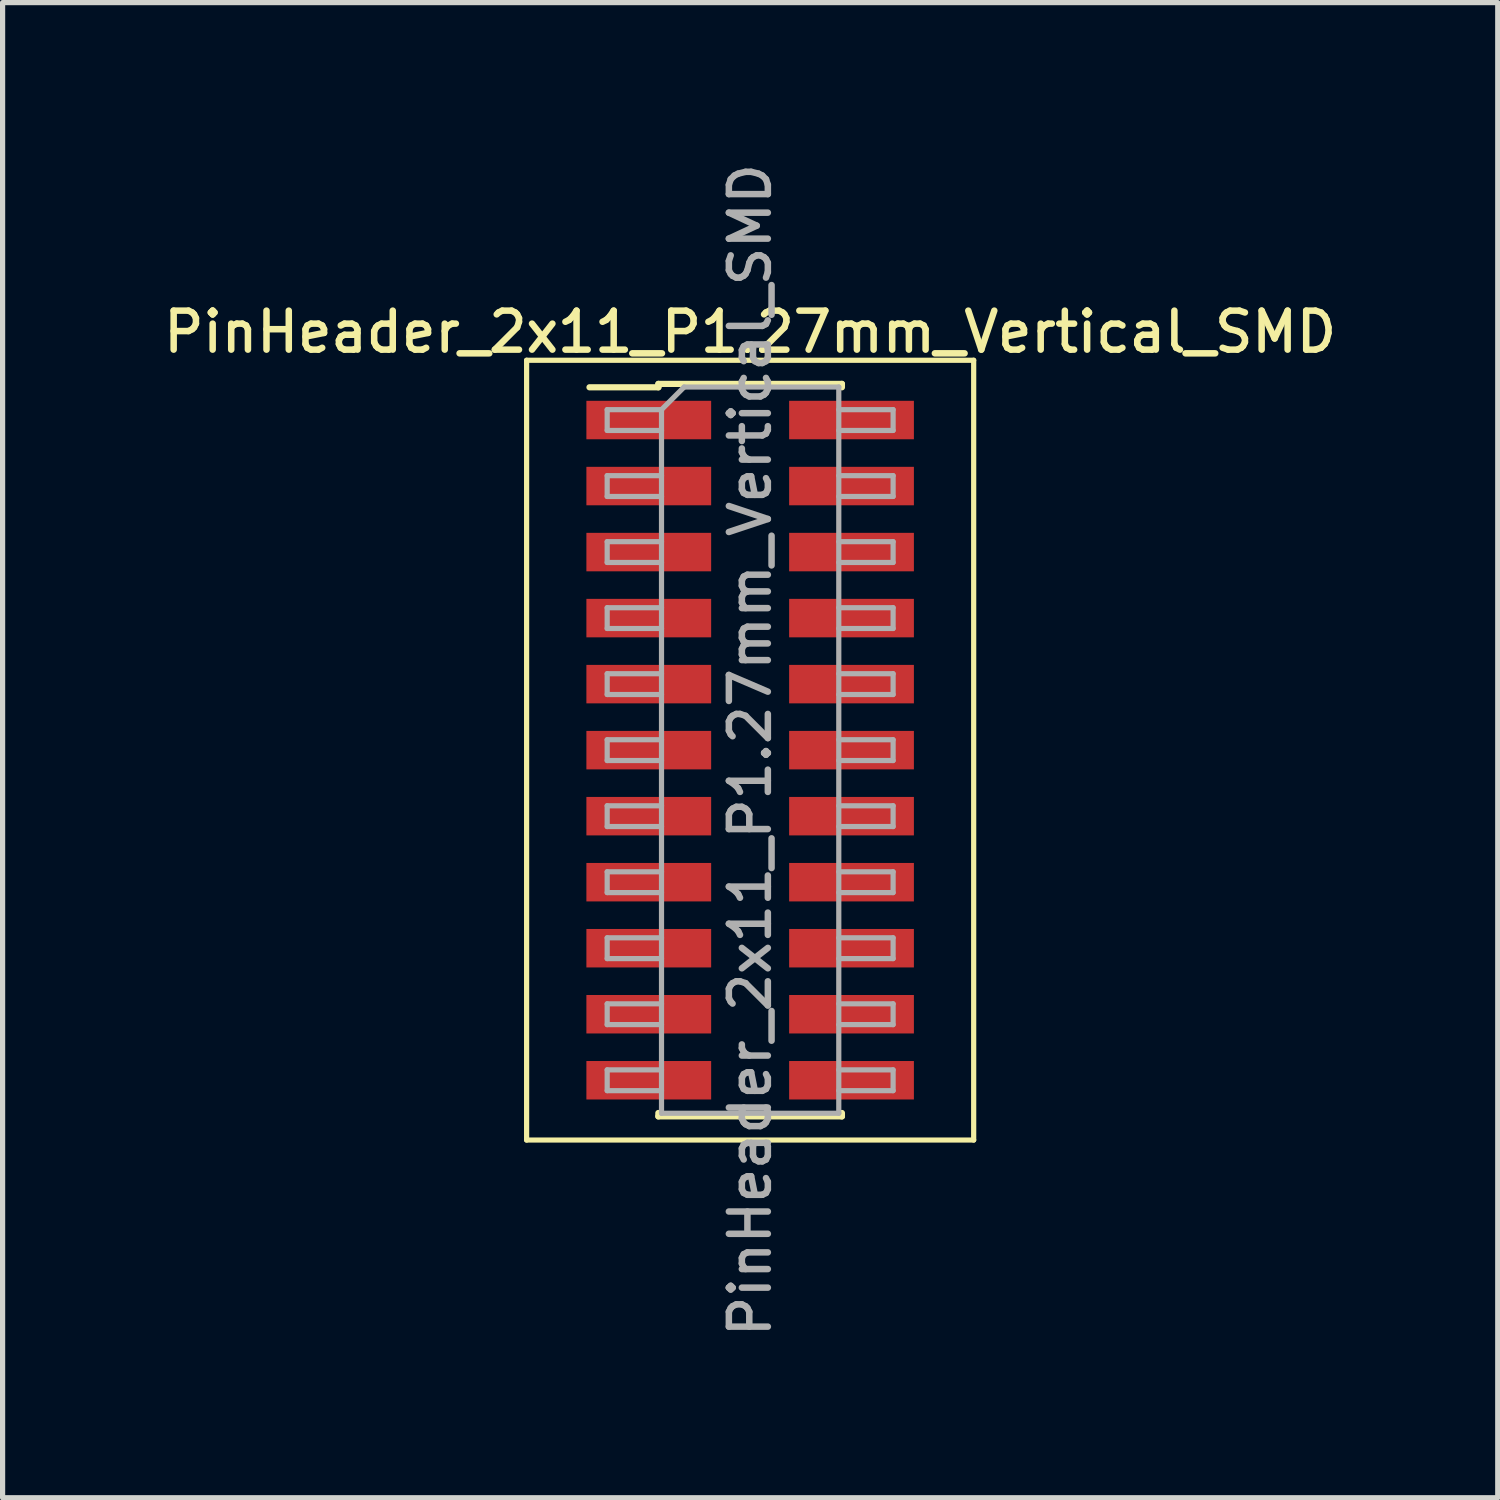
<source format=kicad_pcb>
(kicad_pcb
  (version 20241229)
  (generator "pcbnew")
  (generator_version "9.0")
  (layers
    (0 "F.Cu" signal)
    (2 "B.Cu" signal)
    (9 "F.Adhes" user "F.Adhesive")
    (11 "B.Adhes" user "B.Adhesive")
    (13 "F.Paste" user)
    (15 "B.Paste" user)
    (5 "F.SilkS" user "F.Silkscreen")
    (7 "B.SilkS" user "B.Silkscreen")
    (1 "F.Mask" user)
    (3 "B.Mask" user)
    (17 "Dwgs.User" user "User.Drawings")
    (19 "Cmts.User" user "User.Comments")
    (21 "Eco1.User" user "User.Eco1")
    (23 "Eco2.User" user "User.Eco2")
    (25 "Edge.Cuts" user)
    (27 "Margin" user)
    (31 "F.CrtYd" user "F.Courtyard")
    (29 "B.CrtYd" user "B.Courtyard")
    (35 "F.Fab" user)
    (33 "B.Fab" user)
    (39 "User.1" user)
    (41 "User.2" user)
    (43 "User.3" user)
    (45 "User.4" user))
  (footprint "PinHeader_2x11_P1.27mm_Vertical_SMD"
    (layer "F.Cu")
    (at 11.38 11.38)
    (property "Reference" "PinHeader_2x11_P1.27mm_Vertical_SMD" (at 0 -8.045 0) (layer "F.SilkS") (effects (font (size 0.75 0.75) (thickness 0.125))))
    (attr smd)
    (fp_line (start -4.3 -7.5) (end -4.3 7.5) (stroke (width 0.1) (type solid)) (layer "F.SilkS"))
    (fp_line (start -4.3 7.5) (end 4.3 7.5) (stroke (width 0.1) (type solid)) (layer "F.SilkS"))
    (fp_line (start -3.09 -6.98) (end -1.765 -6.98) (stroke (width 0.12) (type solid)) (layer "F.SilkS"))
    (fp_line (start -1.765 -7.045) (end -1.765 -6.98) (stroke (width 0.12) (type solid)) (layer "F.SilkS"))
    (fp_line (start -1.765 -7.045) (end 1.765 -7.045) (stroke (width 0.12) (type solid)) (layer "F.SilkS"))
    (fp_line (start -1.765 6.98) (end -1.765 7.045) (stroke (width 0.12) (type solid)) (layer "F.SilkS"))
    (fp_line (start -1.765 7.045) (end 1.765 7.045) (stroke (width 0.12) (type solid)) (layer "F.SilkS"))
    (fp_line (start 1.765 -7.045) (end 1.765 -6.98) (stroke (width 0.12) (type solid)) (layer "F.SilkS"))
    (fp_line (start 1.765 6.98) (end 1.765 7.045) (stroke (width 0.12) (type solid)) (layer "F.SilkS"))
    (fp_line (start 4.3 -7.5) (end -4.3 -7.5) (stroke (width 0.1) (type solid)) (layer "F.SilkS"))
    (fp_line (start 4.3 7.5) (end 4.3 -7.5) (stroke (width 0.1) (type solid)) (layer "F.SilkS"))
    (fp_line (start -2.75 -6.55) (end -2.75 -6.15) (stroke (width 0.1) (type solid)) (layer "F.Fab"))
    (fp_line (start -2.75 -6.15) (end -1.705 -6.15) (stroke (width 0.1) (type solid)) (layer "F.Fab"))
    (fp_line (start -2.75 -5.28) (end -2.75 -4.88) (stroke (width 0.1) (type solid)) (layer "F.Fab"))
    (fp_line (start -2.75 -4.88) (end -1.705 -4.88) (stroke (width 0.1) (type solid)) (layer "F.Fab"))
    (fp_line (start -2.75 -4.01) (end -2.75 -3.61) (stroke (width 0.1) (type solid)) (layer "F.Fab"))
    (fp_line (start -2.75 -3.61) (end -1.705 -3.61) (stroke (width 0.1) (type solid)) (layer "F.Fab"))
    (fp_line (start -2.75 -2.74) (end -2.75 -2.34) (stroke (width 0.1) (type solid)) (layer "F.Fab"))
    (fp_line (start -2.75 -2.34) (end -1.705 -2.34) (stroke (width 0.1) (type solid)) (layer "F.Fab"))
    (fp_line (start -2.75 -1.47) (end -2.75 -1.07) (stroke (width 0.1) (type solid)) (layer "F.Fab"))
    (fp_line (start -2.75 -1.07) (end -1.705 -1.07) (stroke (width 0.1) (type solid)) (layer "F.Fab"))
    (fp_line (start -2.75 -0.2) (end -2.75 0.2) (stroke (width 0.1) (type solid)) (layer "F.Fab"))
    (fp_line (start -2.75 0.2) (end -1.705 0.2) (stroke (width 0.1) (type solid)) (layer "F.Fab"))
    (fp_line (start -2.75 1.07) (end -2.75 1.47) (stroke (width 0.1) (type solid)) (layer "F.Fab"))
    (fp_line (start -2.75 1.47) (end -1.705 1.47) (stroke (width 0.1) (type solid)) (layer "F.Fab"))
    (fp_line (start -2.75 2.34) (end -2.75 2.74) (stroke (width 0.1) (type solid)) (layer "F.Fab"))
    (fp_line (start -2.75 2.74) (end -1.705 2.74) (stroke (width 0.1) (type solid)) (layer "F.Fab"))
    (fp_line (start -2.75 3.61) (end -2.75 4.01) (stroke (width 0.1) (type solid)) (layer "F.Fab"))
    (fp_line (start -2.75 4.01) (end -1.705 4.01) (stroke (width 0.1) (type solid)) (layer "F.Fab"))
    (fp_line (start -2.75 4.88) (end -2.75 5.28) (stroke (width 0.1) (type solid)) (layer "F.Fab"))
    (fp_line (start -2.75 5.28) (end -1.705 5.28) (stroke (width 0.1) (type solid)) (layer "F.Fab"))
    (fp_line (start -2.75 6.15) (end -2.75 6.55) (stroke (width 0.1) (type solid)) (layer "F.Fab"))
    (fp_line (start -2.75 6.55) (end -1.705 6.55) (stroke (width 0.1) (type solid)) (layer "F.Fab"))
    (fp_line (start -1.705 -6.55) (end -2.75 -6.55) (stroke (width 0.1) (type solid)) (layer "F.Fab"))
    (fp_line (start -1.705 -6.55) (end -1.27 -6.985) (stroke (width 0.1) (type solid)) (layer "F.Fab"))
    (fp_line (start -1.705 -5.28) (end -2.75 -5.28) (stroke (width 0.1) (type solid)) (layer "F.Fab"))
    (fp_line (start -1.705 -4.01) (end -2.75 -4.01) (stroke (width 0.1) (type solid)) (layer "F.Fab"))
    (fp_line (start -1.705 -2.74) (end -2.75 -2.74) (stroke (width 0.1) (type solid)) (layer "F.Fab"))
    (fp_line (start -1.705 -1.47) (end -2.75 -1.47) (stroke (width 0.1) (type solid)) (layer "F.Fab"))
    (fp_line (start -1.705 -0.2) (end -2.75 -0.2) (stroke (width 0.1) (type solid)) (layer "F.Fab"))
    (fp_line (start -1.705 1.07) (end -2.75 1.07) (stroke (width 0.1) (type solid)) (layer "F.Fab"))
    (fp_line (start -1.705 2.34) (end -2.75 2.34) (stroke (width 0.1) (type solid)) (layer "F.Fab"))
    (fp_line (start -1.705 3.61) (end -2.75 3.61) (stroke (width 0.1) (type solid)) (layer "F.Fab"))
    (fp_line (start -1.705 4.88) (end -2.75 4.88) (stroke (width 0.1) (type solid)) (layer "F.Fab"))
    (fp_line (start -1.705 6.15) (end -2.75 6.15) (stroke (width 0.1) (type solid)) (layer "F.Fab"))
    (fp_line (start -1.705 6.985) (end -1.705 -6.55) (stroke (width 0.1) (type solid)) (layer "F.Fab"))
    (fp_line (start -1.27 -6.985) (end 1.705 -6.985) (stroke (width 0.1) (type solid)) (layer "F.Fab"))
    (fp_line (start 1.705 -6.985) (end 1.705 6.985) (stroke (width 0.1) (type solid)) (layer "F.Fab"))
    (fp_line (start 1.705 -6.55) (end 2.75 -6.55) (stroke (width 0.1) (type solid)) (layer "F.Fab"))
    (fp_line (start 1.705 -5.28) (end 2.75 -5.28) (stroke (width 0.1) (type solid)) (layer "F.Fab"))
    (fp_line (start 1.705 -4.01) (end 2.75 -4.01) (stroke (width 0.1) (type solid)) (layer "F.Fab"))
    (fp_line (start 1.705 -2.74) (end 2.75 -2.74) (stroke (width 0.1) (type solid)) (layer "F.Fab"))
    (fp_line (start 1.705 -1.47) (end 2.75 -1.47) (stroke (width 0.1) (type solid)) (layer "F.Fab"))
    (fp_line (start 1.705 -0.2) (end 2.75 -0.2) (stroke (width 0.1) (type solid)) (layer "F.Fab"))
    (fp_line (start 1.705 1.07) (end 2.75 1.07) (stroke (width 0.1) (type solid)) (layer "F.Fab"))
    (fp_line (start 1.705 2.34) (end 2.75 2.34) (stroke (width 0.1) (type solid)) (layer "F.Fab"))
    (fp_line (start 1.705 3.61) (end 2.75 3.61) (stroke (width 0.1) (type solid)) (layer "F.Fab"))
    (fp_line (start 1.705 4.88) (end 2.75 4.88) (stroke (width 0.1) (type solid)) (layer "F.Fab"))
    (fp_line (start 1.705 6.15) (end 2.75 6.15) (stroke (width 0.1) (type solid)) (layer "F.Fab"))
    (fp_line (start 1.705 6.985) (end -1.705 6.985) (stroke (width 0.1) (type solid)) (layer "F.Fab"))
    (fp_line (start 2.75 -6.55) (end 2.75 -6.15) (stroke (width 0.1) (type solid)) (layer "F.Fab"))
    (fp_line (start 2.75 -6.15) (end 1.705 -6.15) (stroke (width 0.1) (type solid)) (layer "F.Fab"))
    (fp_line (start 2.75 -5.28) (end 2.75 -4.88) (stroke (width 0.1) (type solid)) (layer "F.Fab"))
    (fp_line (start 2.75 -4.88) (end 1.705 -4.88) (stroke (width 0.1) (type solid)) (layer "F.Fab"))
    (fp_line (start 2.75 -4.01) (end 2.75 -3.61) (stroke (width 0.1) (type solid)) (layer "F.Fab"))
    (fp_line (start 2.75 -3.61) (end 1.705 -3.61) (stroke (width 0.1) (type solid)) (layer "F.Fab"))
    (fp_line (start 2.75 -2.74) (end 2.75 -2.34) (stroke (width 0.1) (type solid)) (layer "F.Fab"))
    (fp_line (start 2.75 -2.34) (end 1.705 -2.34) (stroke (width 0.1) (type solid)) (layer "F.Fab"))
    (fp_line (start 2.75 -1.47) (end 2.75 -1.07) (stroke (width 0.1) (type solid)) (layer "F.Fab"))
    (fp_line (start 2.75 -1.07) (end 1.705 -1.07) (stroke (width 0.1) (type solid)) (layer "F.Fab"))
    (fp_line (start 2.75 -0.2) (end 2.75 0.2) (stroke (width 0.1) (type solid)) (layer "F.Fab"))
    (fp_line (start 2.75 0.2) (end 1.705 0.2) (stroke (width 0.1) (type solid)) (layer "F.Fab"))
    (fp_line (start 2.75 1.07) (end 2.75 1.47) (stroke (width 0.1) (type solid)) (layer "F.Fab"))
    (fp_line (start 2.75 1.47) (end 1.705 1.47) (stroke (width 0.1) (type solid)) (layer "F.Fab"))
    (fp_line (start 2.75 2.34) (end 2.75 2.74) (stroke (width 0.1) (type solid)) (layer "F.Fab"))
    (fp_line (start 2.75 2.74) (end 1.705 2.74) (stroke (width 0.1) (type solid)) (layer "F.Fab"))
    (fp_line (start 2.75 3.61) (end 2.75 4.01) (stroke (width 0.1) (type solid)) (layer "F.Fab"))
    (fp_line (start 2.75 4.01) (end 1.705 4.01) (stroke (width 0.1) (type solid)) (layer "F.Fab"))
    (fp_line (start 2.75 4.88) (end 2.75 5.28) (stroke (width 0.1) (type solid)) (layer "F.Fab"))
    (fp_line (start 2.75 5.28) (end 1.705 5.28) (stroke (width 0.1) (type solid)) (layer "F.Fab"))
    (fp_line (start 2.75 6.15) (end 2.75 6.55) (stroke (width 0.1) (type solid)) (layer "F.Fab"))
    (fp_line (start 2.75 6.55) (end 1.705 6.55) (stroke (width 0.1) (type solid)) (layer "F.Fab"))
    (fp_text user "${REFERENCE}" (at 0 0 90) (layer "F.Fab") (effects (font (size 0.75 0.75) (thickness 0.125))))
    (pad "1" smd rect (at -1.95 -6.35) (size 2.4 0.74) (layers "F.Cu" "F.Mask" "F.Paste"))
    (pad "2" smd rect (at 1.95 -6.35) (size 2.4 0.74) (layers "F.Cu" "F.Mask" "F.Paste"))
    (pad "3" smd rect (at -1.95 -5.08) (size 2.4 0.74) (layers "F.Cu" "F.Mask" "F.Paste"))
    (pad "4" smd rect (at 1.95 -5.08) (size 2.4 0.74) (layers "F.Cu" "F.Mask" "F.Paste"))
    (pad "5" smd rect (at -1.95 -3.81) (size 2.4 0.74) (layers "F.Cu" "F.Mask" "F.Paste"))
    (pad "6" smd rect (at 1.95 -3.81) (size 2.4 0.74) (layers "F.Cu" "F.Mask" "F.Paste"))
    (pad "7" smd rect (at -1.95 -2.54) (size 2.4 0.74) (layers "F.Cu" "F.Mask" "F.Paste"))
    (pad "8" smd rect (at 1.95 -2.54) (size 2.4 0.74) (layers "F.Cu" "F.Mask" "F.Paste"))
    (pad "9" smd rect (at -1.95 -1.27) (size 2.4 0.74) (layers "F.Cu" "F.Mask" "F.Paste"))
    (pad "10" smd rect (at 1.95 -1.27) (size 2.4 0.74) (layers "F.Cu" "F.Mask" "F.Paste"))
    (pad "11" smd rect (at -1.95 0) (size 2.4 0.74) (layers "F.Cu" "F.Mask" "F.Paste"))
    (pad "12" smd rect (at 1.95 0) (size 2.4 0.74) (layers "F.Cu" "F.Mask" "F.Paste"))
    (pad "13" smd rect (at -1.95 1.27) (size 2.4 0.74) (layers "F.Cu" "F.Mask" "F.Paste"))
    (pad "14" smd rect (at 1.95 1.27) (size 2.4 0.74) (layers "F.Cu" "F.Mask" "F.Paste"))
    (pad "15" smd rect (at -1.95 2.54) (size 2.4 0.74) (layers "F.Cu" "F.Mask" "F.Paste"))
    (pad "16" smd rect (at 1.95 2.54) (size 2.4 0.74) (layers "F.Cu" "F.Mask" "F.Paste"))
    (pad "17" smd rect (at -1.95 3.81) (size 2.4 0.74) (layers "F.Cu" "F.Mask" "F.Paste"))
    (pad "18" smd rect (at 1.95 3.81) (size 2.4 0.74) (layers "F.Cu" "F.Mask" "F.Paste"))
    (pad "19" smd rect (at -1.95 5.08) (size 2.4 0.74) (layers "F.Cu" "F.Mask" "F.Paste"))
    (pad "20" smd rect (at 1.95 5.08) (size 2.4 0.74) (layers "F.Cu" "F.Mask" "F.Paste"))
    (pad "21" smd rect (at -1.95 6.35) (size 2.4 0.74) (layers "F.Cu" "F.Mask" "F.Paste"))
    (pad "22" smd rect (at 1.95 6.35) (size 2.4 0.74) (layers "F.Cu" "F.Mask" "F.Paste")))
  (gr_rect
    (start -3 -3)
    (end 25.761 25.761)
    (stroke (width 0.1) (type default))
    (fill no)
    (layer "Edge.Cuts")))
</source>
